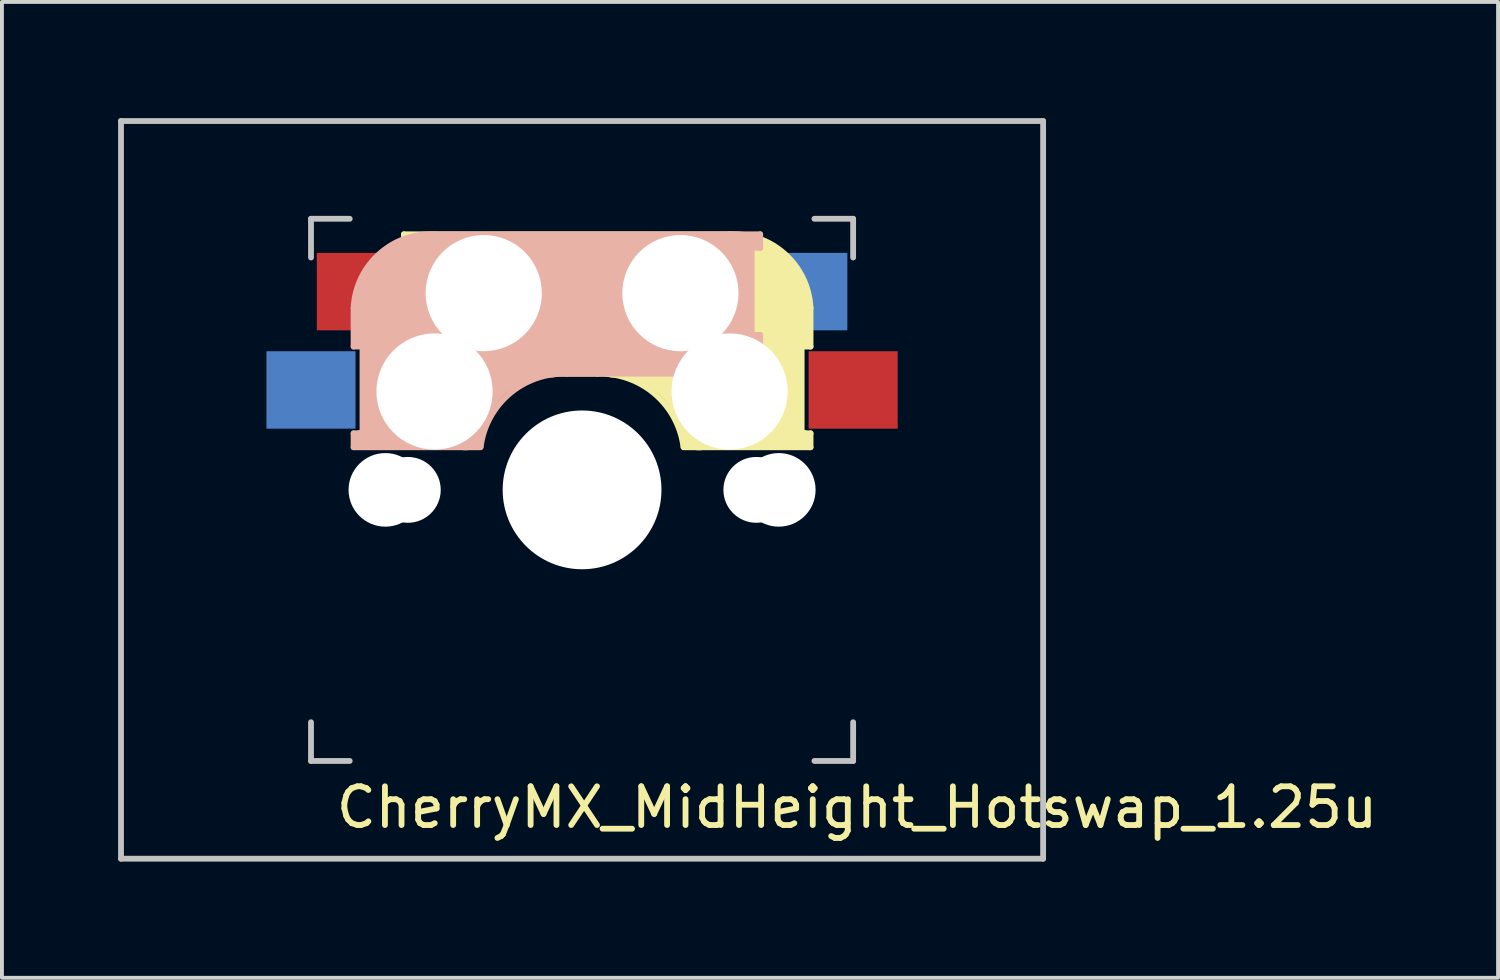
<source format=kicad_pcb>
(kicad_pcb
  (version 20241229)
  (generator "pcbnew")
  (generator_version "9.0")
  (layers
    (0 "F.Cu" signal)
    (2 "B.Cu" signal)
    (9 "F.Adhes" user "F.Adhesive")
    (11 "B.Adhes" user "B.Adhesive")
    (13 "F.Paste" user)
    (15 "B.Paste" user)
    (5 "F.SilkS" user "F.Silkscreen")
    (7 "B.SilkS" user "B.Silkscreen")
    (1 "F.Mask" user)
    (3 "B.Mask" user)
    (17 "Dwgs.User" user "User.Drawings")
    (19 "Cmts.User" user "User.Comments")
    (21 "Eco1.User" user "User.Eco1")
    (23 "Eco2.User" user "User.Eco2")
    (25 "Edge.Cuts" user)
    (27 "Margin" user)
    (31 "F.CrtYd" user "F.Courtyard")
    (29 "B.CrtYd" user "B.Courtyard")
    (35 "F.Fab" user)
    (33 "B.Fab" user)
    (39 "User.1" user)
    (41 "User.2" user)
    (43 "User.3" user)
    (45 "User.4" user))
  (footprint "CherryMX_MidHeight_Hotswap_1.25u"
    (layer "F.Cu")
    (at 11.981 9.6)
    (property "Reference" "CherryMX_MidHeight_Hotswap_1.25u" (at 7.1 8.2 0) (layer "F.SilkS") (effects (font (size 1 1) (thickness 0.15))))
    (attr through_hole)
    (fp_line (start -4.6 -6.6) (end 3.8 -6.6) (stroke (width 0.15) (type solid)) (layer "F.SilkS"))
    (fp_line (start -4.6 -6.25) (end -4.6 -6.6) (stroke (width 0.15) (type solid)) (layer "F.SilkS"))
    (fp_line (start -4.6 -4) (end -4.4 -4) (stroke (width 0.15) (type solid)) (layer "F.SilkS"))
    (fp_line (start -4.6 -3) (end -4.6 -4) (stroke (width 0.15) (type solid)) (layer "F.SilkS"))
    (fp_line (start -4.4 -6.4) (end -3 -6.4) (stroke (width 0.4) (type solid)) (layer "F.SilkS"))
    (fp_line (start -4.4 -6.25) (end -4.6 -6.25) (stroke (width 0.15) (type solid)) (layer "F.SilkS"))
    (fp_line (start -4.4 -3.9) (end -4.4 -3.2) (stroke (width 0.4) (type solid)) (layer "F.SilkS"))
    (fp_line (start -4.38 -4) (end -4.38 -6.25) (stroke (width 0.15) (type solid)) (layer "F.SilkS"))
    (fp_line (start -4.3 -3.3) (end -2.9 -3.3) (stroke (width 0.5) (type solid)) (layer "F.SilkS"))
    (fp_line (start -3.9 -6) (end -3.9 -3.5) (stroke (width 1) (type solid)) (layer "F.SilkS"))
    (fp_line (start -2.6 -4.8) (end 4.1 -4.8) (stroke (width 3.5) (type solid)) (layer "F.SilkS"))
    (fp_line (start 0.4 -3) (end -4.6 -3) (stroke (width 0.15) (type solid)) (layer "F.SilkS"))
    (fp_line (start 4.17 -5.1) (end 4.17 -2.86) (stroke (width 3) (type solid)) (layer "F.SilkS"))
    (fp_line (start 5.3 -1.6) (end 5.3 -3.4) (stroke (width 0.8) (type solid)) (layer "F.SilkS"))
    (fp_line (start 5.67 -3.7) (end 5.67 -1.46) (stroke (width 0.15) (type solid)) (layer "F.SilkS"))
    (fp_line (start 5.7 -1.46) (end 5.9 -1.46) (stroke (width 0.15) (type solid)) (layer "F.SilkS"))
    (fp_line (start 5.7 -1.3) (end 3 -1.3) (stroke (width 0.5) (type solid)) (layer "F.SilkS"))
    (fp_line (start 5.8 -3.8) (end 5.8 -4.7) (stroke (width 0.3) (type solid)) (layer "F.SilkS"))
    (fp_line (start 5.9 -4.7) (end 5.9 -3.7) (stroke (width 0.15) (type solid)) (layer "F.SilkS"))
    (fp_line (start 5.9 -3.7) (end 5.7 -3.7) (stroke (width 0.15) (type solid)) (layer "F.SilkS"))
    (fp_line (start 5.9 -1.1) (end 2.62 -1.1) (stroke (width 0.15) (type solid)) (layer "F.SilkS"))
    (fp_line (start 5.9 -1.1) (end 5.9 -1.46) (stroke (width 0.15) (type solid)) (layer "F.SilkS"))
    (fp_arc (start 0.4 -3) (mid 1.868709 -2.486118) (end 2.616318 -1.121471) (stroke (width 0.15) (type solid)) (layer "F.SilkS"))
    (fp_arc (start 0.8 -3.4) (mid 2.268709 -2.886118) (end 3.016318 -1.521471) (stroke (width 1) (type solid)) (layer "F.SilkS"))
    (fp_arc (start 3.8 -6.600001) (mid 5.243504 -6.084925) (end 5.900001 -4.7) (stroke (width 0.15) (type solid)) (layer "F.SilkS"))
    (fp_line (start -5.9 -4.7) (end -5.9 -3.7) (stroke (width 0.15) (type solid)) (layer "B.SilkS"))
    (fp_line (start -5.9 -3.7) (end -5.7 -3.7) (stroke (width 0.15) (type solid)) (layer "B.SilkS"))
    (fp_line (start -5.9 -1.1) (end -5.9 -1.46) (stroke (width 0.15) (type solid)) (layer "B.SilkS"))
    (fp_line (start -5.9 -1.1) (end -2.62 -1.1) (stroke (width 0.15) (type solid)) (layer "B.SilkS"))
    (fp_line (start -5.8 -3.8) (end -5.8 -4.7) (stroke (width 0.3) (type solid)) (layer "B.SilkS"))
    (fp_line (start -5.7 -1.46) (end -5.9 -1.46) (stroke (width 0.15) (type solid)) (layer "B.SilkS"))
    (fp_line (start -5.7 -1.3) (end -3 -1.3) (stroke (width 0.5) (type solid)) (layer "B.SilkS"))
    (fp_line (start -5.67 -3.7) (end -5.67 -1.46) (stroke (width 0.15) (type solid)) (layer "B.SilkS"))
    (fp_line (start -5.3 -1.6) (end -5.3 -3.4) (stroke (width 0.8) (type solid)) (layer "B.SilkS"))
    (fp_line (start -4.17 -5.1) (end -4.17 -2.86) (stroke (width 3) (type solid)) (layer "B.SilkS"))
    (fp_line (start -0.4 -3) (end 4.6 -3) (stroke (width 0.15) (type solid)) (layer "B.SilkS"))
    (fp_line (start 2.6 -4.8) (end -4.1 -4.8) (stroke (width 3.5) (type solid)) (layer "B.SilkS"))
    (fp_line (start 3.9 -6) (end 3.9 -3.5) (stroke (width 1) (type solid)) (layer "B.SilkS"))
    (fp_line (start 4.3 -3.3) (end 2.9 -3.3) (stroke (width 0.5) (type solid)) (layer "B.SilkS"))
    (fp_line (start 4.38 -4) (end 4.38 -6.25) (stroke (width 0.15) (type solid)) (layer "B.SilkS"))
    (fp_line (start 4.4 -6.4) (end 3 -6.4) (stroke (width 0.4) (type solid)) (layer "B.SilkS"))
    (fp_line (start 4.4 -6.25) (end 4.6 -6.25) (stroke (width 0.15) (type solid)) (layer "B.SilkS"))
    (fp_line (start 4.4 -3.9) (end 4.4 -3.2) (stroke (width 0.4) (type solid)) (layer "B.SilkS"))
    (fp_line (start 4.6 -6.6) (end -3.8 -6.6) (stroke (width 0.15) (type solid)) (layer "B.SilkS"))
    (fp_line (start 4.6 -6.25) (end 4.6 -6.6) (stroke (width 0.15) (type solid)) (layer "B.SilkS"))
    (fp_line (start 4.6 -4) (end 4.4 -4) (stroke (width 0.15) (type solid)) (layer "B.SilkS"))
    (fp_line (start 4.6 -3) (end 4.6 -4) (stroke (width 0.15) (type solid)) (layer "B.SilkS"))
    (fp_arc (start -5.9 -4.699999) (mid -5.243504 -6.084924) (end -3.800001 -6.6) (stroke (width 0.15) (type solid)) (layer "B.SilkS"))
    (fp_arc (start -3.016318 -1.521471) (mid -2.268709 -2.886118) (end -0.8 -3.4) (stroke (width 1) (type solid)) (layer "B.SilkS"))
    (fp_arc (start -2.616318 -1.121471) (mid -1.868709 -2.486118) (end -0.4 -3) (stroke (width 0.15) (type solid)) (layer "B.SilkS"))
    (fp_line (start -11.906 -9.525) (end 11.906 -9.525) (stroke (width 0.15) (type solid)) (layer "Dwgs.User"))
    (fp_line (start -11.906 9.525) (end -11.906 -9.525) (stroke (width 0.15) (type solid)) (layer "Dwgs.User"))
    (fp_line (start -7 -7) (end -6 -7) (stroke (width 0.15) (type solid)) (layer "Dwgs.User"))
    (fp_line (start -7 -6) (end -7 -7) (stroke (width 0.15) (type solid)) (layer "Dwgs.User"))
    (fp_line (start -7 6) (end -7 7) (stroke (width 0.15) (type solid)) (layer "Dwgs.User"))
    (fp_line (start -7 7) (end -6 7) (stroke (width 0.15) (type solid)) (layer "Dwgs.User"))
    (fp_line (start 6 7) (end 7 7) (stroke (width 0.15) (type solid)) (layer "Dwgs.User"))
    (fp_line (start 7 -7) (end 6 -7) (stroke (width 0.15) (type solid)) (layer "Dwgs.User"))
    (fp_line (start 7 -7) (end 7 -6) (stroke (width 0.15) (type solid)) (layer "Dwgs.User"))
    (fp_line (start 7 7) (end 7 6) (stroke (width 0.15) (type solid)) (layer "Dwgs.User"))
    (fp_line (start 11.906 -9.525) (end 11.906 9.525) (stroke (width 0.15) (type solid)) (layer "Dwgs.User"))
    (fp_line (start 11.906 9.525) (end -11.906 9.525) (stroke (width 0.15) (type solid)) (layer "Dwgs.User"))
    (pad "" np_thru_hole circle (at -5.08 0) (size 1.9 1.9) (drill 1.9) (layers "*.Cu" "*.Mask"))
    (pad "" np_thru_hole circle (at -4.5 0) (size 1.7 1.7) (drill 1.7) (layers "*.Cu" "*.Mask"))
    (pad "" np_thru_hole circle (at -3.81 -2.54 180) (size 3 3) (drill 3) (layers "*.Cu" "*.Mask"))
    (pad "" np_thru_hole circle (at -2.54 -5.08 180) (size 3 3) (drill 3) (layers "*.Cu" "*.Mask"))
    (pad "" np_thru_hole circle (at 0 0 90) (size 4.1 4.1) (drill 4.1) (layers "*.Cu" "*.Mask"))
    (pad "" np_thru_hole circle (at 2.54 -5.08 180) (size 3 3) (drill 3) (layers "*.Cu" "*.Mask"))
    (pad "" np_thru_hole circle (at 3.81 -2.54 180) (size 3 3) (drill 3) (layers "*.Cu" "*.Mask"))
    (pad "" np_thru_hole circle (at 4.5 0) (size 1.7 1.7) (drill 1.7) (layers "*.Cu" "*.Mask"))
    (pad "" np_thru_hole circle (at 5.08 0) (size 1.9 1.9) (drill 1.9) (layers "*.Cu" "*.Mask"))
    (pad "1" smd rect (at -7 -2.58 180) (size 2.3 2) (layers "B.Cu" "B.Mask" "B.Paste"))
    (pad "1" smd rect (at 7 -2.58 180) (size 2.3 2) (layers "F.Cu" "F.Mask" "F.Paste"))
    (pad "2" smd rect (at -5.7 -5.12 180) (size 2.3 2) (layers "F.Cu" "F.Mask" "F.Paste"))
    (pad "2" smd rect (at 5.7 -5.12 180) (size 2.3 2) (layers "B.Cu" "B.Mask" "B.Paste")))
  (gr_rect
    (start -3 -3)
    (end 35.635 22.2)
    (stroke (width 0.1) (type default))
    (fill no)
    (layer "Edge.Cuts")))
</source>
